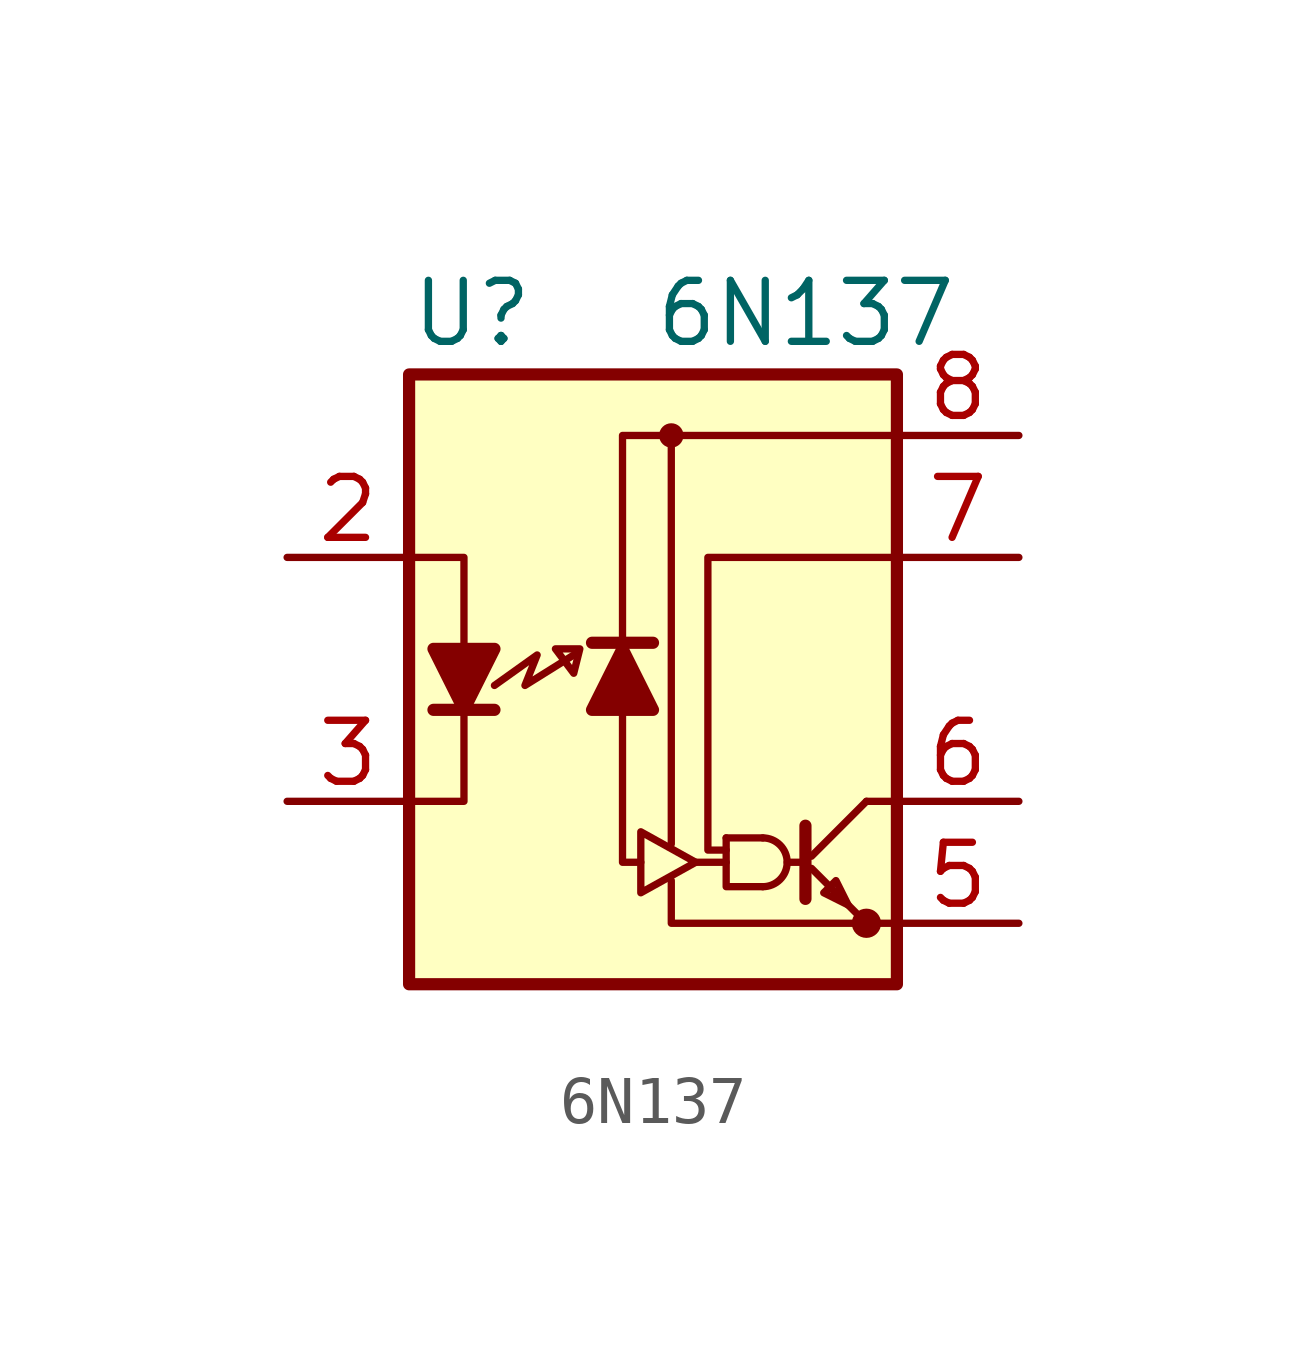
<source format=kicad_sym>
(kicad_symbol_lib
  (version 20211014)
  (generator kicad_symbol_editor)
  (symbol "6N137"
    (pin_names
      (offset 1.016))
    (property "Reference" "U"
      (at 0 13.97 0)
      (effects (font (size 1.27 1.27)) (justify left)))
    (property "Value" "6N137"
      (at 5.08 13.97 0)
      (effects (font (size 1.27 1.27)) (justify left)))
    (symbol "6N137_0_1"
      (polyline (pts (xy 0.508 5.715) (xy 1.778 5.715)) (stroke (width 0.254) (type default) (color 0 0 0 0)) (fill (type none)))
      (polyline (pts (xy 3.81 7.112) (xy 5.08 7.112)) (stroke (width 0.254) (type default) (color 0 0 0 0)) (fill (type none)))
      (polyline (pts (xy 5.461 2.921) (xy 5.461 11.43)) (stroke (width 0) (type default) (color 0 0 0 0)) (fill (type none)))
      (polyline (pts (xy 5.969 2.54) (xy 6.604 2.54)) (stroke (width 0) (type default) (color 0 0 0 0)) (fill (type none)))
      (polyline (pts (xy 6.604 3.048) (xy 7.366 3.048)) (stroke (width 0) (type default) (color 0 0 0 0)) (fill (type none)))
      (polyline (pts (xy 8.255 2.54) (xy 7.874 2.54)) (stroke (width 0) (type default) (color 0 0 0 0)) (fill (type none)))
      (polyline (pts (xy 8.255 3.302) (xy 8.255 1.778)) (stroke (width 0.254) (type default) (color 0 0 0 0)) (fill (type none)))
      (polyline (pts (xy 8.382 2.413) (xy 9.525 1.27)) (stroke (width 0) (type default) (color 0 0 0 0)) (fill (type none)))
      (polyline (pts (xy 8.382 2.667) (xy 9.525 3.81)) (stroke (width 0) (type default) (color 0 0 0 0)) (fill (type none)))
      (polyline (pts (xy 10.16 1.27) (xy 9.525 1.27)) (stroke (width 0) (type default) (color 0 0 0 0)) (fill (type none)))
      (polyline (pts (xy 10.16 3.81) (xy 9.525 3.81)) (stroke (width 0) (type default) (color 0 0 0 0)) (fill (type none)))
      (polyline (pts (xy 6.604 3.048) (xy 6.604 2.032) (xy 7.366 2.032)) (stroke (width 0) (type default) (color 0 0 0 0)) (fill (type none)))
      (polyline (pts (xy 9.525 1.27) (xy 5.461 1.27) (xy 5.461 2.159)) (stroke (width 0) (type default) (color 0 0 0 0)) (fill (type none)))
      (polyline (pts (xy 0.127 8.89) (xy 1.143 8.89) (xy 1.143 3.81) (xy 0 3.81)) (stroke (width 0) (type default) (color 0 0 0 0)) (fill (type none)))
      (polyline (pts (xy 1.143 5.715) (xy 0.508 6.985) (xy 1.778 6.985) (xy 1.143 5.715)) (stroke (width 0.254) (type default) (color 0 0 0 0)) (fill (type outline)))
      (polyline (pts (xy 1.778 6.223) (xy 2.667 6.858) (xy 2.413 6.223) (xy 3.429 6.858)) (stroke (width 0) (type default) (color 0 0 0 0)) (fill (type none)))
      (polyline (pts (xy 3.556 6.985) (xy 3.048 6.985) (xy 3.429 6.477) (xy 3.556 6.985)) (stroke (width 0) (type default) (color 0 0 0 0)) (fill (type none)))
      (polyline (pts (xy 4.445 6.985) (xy 3.81 5.715) (xy 5.08 5.715) (xy 4.445 6.985)) (stroke (width 0.254) (type default) (color 0 0 0 0)) (fill (type outline)))
      (polyline (pts (xy 4.826 3.175) (xy 4.826 1.905) (xy 5.969 2.54) (xy 4.826 3.175)) (stroke (width 0) (type default) (color 0 0 0 0)) (fill (type none)))
      (polyline (pts (xy 6.604 2.794) (xy 6.223 2.794) (xy 6.223 8.89) (xy 10.033 8.89)) (stroke (width 0) (type default) (color 0 0 0 0)) (fill (type none)))
      (polyline (pts (xy 9.144 1.651) (xy 8.89 2.159) (xy 8.636 1.905) (xy 9.144 1.651)) (stroke (width 0) (type default) (color 0 0 0 0)) (fill (type none)))
      (polyline (pts (xy 10.16 11.43) (xy 4.445 11.43) (xy 4.445 2.54) (xy 4.826 2.54)) (stroke (width 0) (type default) (color 0 0 0 0)) (fill (type none)))
      (rectangle (start 0 12.7) (end 10.16 0) (stroke (width 0.254) (type default) (color 0 0 0 0)) (fill (type background)))
      (circle (center 5.461 11.43) (radius 0.127) (stroke (width 0.254) (type default) (color 0 0 0 0)) (fill (type none)))
      (arc (start 7.366 2.032) (mid 7.874 2.54) (end 7.366 3.048) (stroke (width 0) (type default) (color 0 0 0 0)) (fill (type none)))
      (circle (center 9.525 1.27) (radius 0.178) (stroke (width 0.254) (type default) (color 0 0 0 0)) (fill (type none))))
    (symbol "6N137_1_1"
      (pin no_connect line (at -2.54 11.43 0) (length 2.54) hide (name "NC" (effects (font (size 1.27 1.27)))) (number "1" (effects (font (size 1.27 1.27)))))
      (pin passive line (at -2.54 8.89 0) (length 2.54) (name "~" (effects (font (size 1.27 1.27)))) (number "2" (effects (font (size 1.27 1.27)))))
      (pin passive line (at -2.54 3.81 0) (length 2.54) (name "~" (effects (font (size 1.27 1.27)))) (number "3" (effects (font (size 1.27 1.27)))))
      (pin no_connect line (at -2.54 1.27 0) (length 2.54) hide (name "NC" (effects (font (size 1.27 1.27)))) (number "4" (effects (font (size 1.27 1.27)))))
      (pin passive line (at 12.7 1.27 180) (length 2.54) (name "~" (effects (font (size 1.27 1.27)))) (number "5" (effects (font (size 1.27 1.27)))))
      (pin passive line (at 12.7 3.81 180) (length 2.54) (name "~" (effects (font (size 1.27 1.27)))) (number "6" (effects (font (size 1.27 1.27)))))
      (pin passive line (at 12.7 8.89 180) (length 2.54) (name "~" (effects (font (size 1.27 1.27)))) (number "7" (effects (font (size 1.27 1.27)))))
      (pin passive line (at 12.7 11.43 180) (length 2.54) (name "~" (effects (font (size 1.27 1.27)))) (number "8" (effects (font (size 1.27 1.27))))))))
</source>
